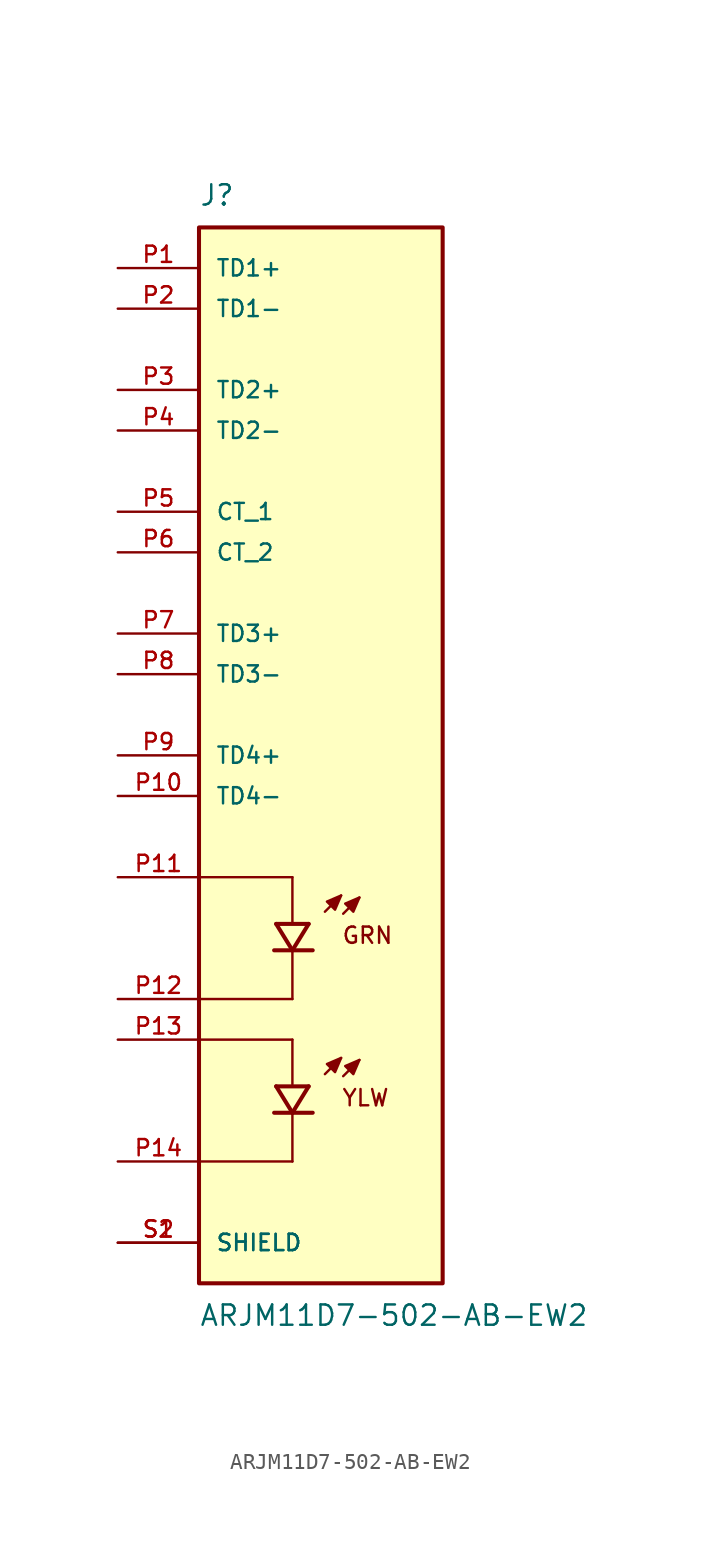
<source format=kicad_sym>
(kicad_symbol_lib
  (version 20231120)
  (generator "kicad_symbol_editor")
  (generator_version "8.0")
  (symbol "ARJM11D7-502-AB-EW2"
    (pin_names
      (offset 1.016))
    (property "Reference" "J"
      (at -7.62 34.29 0)
      (effects (font (size 1.27 1.27)) (justify left bottom)))
    (property "Value" "ARJM11D7-502-AB-EW2"
      (at -7.62 -34.29 0)
      (effects (font (size 1.27 1.27)) (justify left top)))
    (symbol "ARJM11D7-502-AB-EW2_0_0"
      (rectangle (start -7.62 -33.02) (end 7.62 33.02) (stroke (width 0.254) (type default)) (fill (type background)))
      (polyline (pts (xy -2.921 -22.352) (xy -1.778 -22.352)) (stroke (width 0.254) (type default)) (fill (type none)))
      (polyline (pts (xy -2.921 -12.192) (xy -1.778 -12.192)) (stroke (width 0.254) (type default)) (fill (type none)))
      (polyline (pts (xy -2.794 -20.701) (xy -1.778 -22.352)) (stroke (width 0.254) (type default)) (fill (type none)))
      (polyline (pts (xy -2.794 -20.701) (xy -0.762 -20.701)) (stroke (width 0.254) (type default)) (fill (type none)))
      (polyline (pts (xy -2.794 -10.541) (xy -1.778 -12.192)) (stroke (width 0.254) (type default)) (fill (type none)))
      (polyline (pts (xy -2.794 -10.541) (xy -0.762 -10.541)) (stroke (width 0.254) (type default)) (fill (type none)))
      (polyline (pts (xy -1.778 -25.4) (xy -7.62 -25.4)) (stroke (width 0.152) (type default)) (fill (type none)))
      (polyline (pts (xy -1.778 -22.479) (xy -1.778 -25.4)) (stroke (width 0.152) (type default)) (fill (type none)))
      (polyline (pts (xy -1.778 -22.352) (xy -0.762 -20.701)) (stroke (width 0.254) (type default)) (fill (type none)))
      (polyline (pts (xy -1.778 -22.352) (xy -0.508 -22.352)) (stroke (width 0.254) (type default)) (fill (type none)))
      (polyline (pts (xy -1.778 -17.78) (xy -7.62 -17.78)) (stroke (width 0.152) (type default)) (fill (type none)))
      (polyline (pts (xy -1.778 -17.78) (xy -1.778 -20.574)) (stroke (width 0.152) (type default)) (fill (type none)))
      (polyline (pts (xy -1.778 -15.24) (xy -7.62 -15.24)) (stroke (width 0.152) (type default)) (fill (type none)))
      (polyline (pts (xy -1.778 -12.319) (xy -1.778 -15.24)) (stroke (width 0.152) (type default)) (fill (type none)))
      (polyline (pts (xy -1.778 -12.192) (xy -0.762 -10.541)) (stroke (width 0.254) (type default)) (fill (type none)))
      (polyline (pts (xy -1.778 -12.192) (xy -0.508 -12.192)) (stroke (width 0.254) (type default)) (fill (type none)))
      (polyline (pts (xy -1.778 -7.62) (xy -7.62 -7.62)) (stroke (width 0.152) (type default)) (fill (type none)))
      (polyline (pts (xy -1.778 -7.62) (xy -1.778 -10.414)) (stroke (width 0.152) (type default)) (fill (type none)))
      (polyline (pts (xy 0.254 -19.939) (xy 1.27 -18.923)) (stroke (width 0.152) (type default)) (fill (type none)))
      (polyline (pts (xy 0.254 -9.779) (xy 1.27 -8.763)) (stroke (width 0.152) (type default)) (fill (type none)))
      (polyline (pts (xy 1.397 -20.066) (xy 2.413 -19.05)) (stroke (width 0.152) (type default)) (fill (type none)))
      (polyline (pts (xy 1.397 -9.906) (xy 2.413 -8.89)) (stroke (width 0.152) (type default)) (fill (type none)))
      (polyline (pts (xy 1.27 -18.923) (xy 0.381 -19.304) (xy 0.889 -19.812) (xy 1.27 -18.923)) (stroke (width 0.152) (type default)) (fill (type outline)))
      (polyline (pts (xy 1.27 -8.763) (xy 0.381 -9.144) (xy 0.889 -9.652) (xy 1.27 -8.763)) (stroke (width 0.152) (type default)) (fill (type outline)))
      (polyline (pts (xy 2.413 -19.05) (xy 1.524 -19.431) (xy 2.032 -19.939) (xy 2.413 -19.05)) (stroke (width 0.152) (type default)) (fill (type outline)))
      (polyline (pts (xy 2.413 -8.89) (xy 1.524 -9.271) (xy 2.032 -9.779) (xy 2.413 -8.89)) (stroke (width 0.152) (type default)) (fill (type outline)))
      (text "GRN" (at 1.27 -10.668 0) (effects (font (size 1.016 1.016)) (justify left top)))
      (text "YLW" (at 1.27 -20.828 0) (effects (font (size 1.016 1.016)) (justify left top)))
      (pin passive line (at -12.7 30.48 0) (length 5.08) (name "TD1+" (effects (font (size 1.016 1.016)))) (number "P1" (effects (font (size 1.016 1.016)))))
      (pin passive line (at -12.7 -2.54 0) (length 5.08) (name "TD4-" (effects (font (size 1.016 1.016)))) (number "P10" (effects (font (size 1.016 1.016)))))
      (pin passive line (at -12.7 -7.62 0) (length 5.08) (name "~" (effects (font (size 1.016 1.016)))) (number "P11" (effects (font (size 1.016 1.016)))))
      (pin passive line (at -12.7 -15.24 0) (length 5.08) (name "~" (effects (font (size 1.016 1.016)))) (number "P12" (effects (font (size 1.016 1.016)))))
      (pin passive line (at -12.7 -17.78 0) (length 5.08) (name "~" (effects (font (size 1.016 1.016)))) (number "P13" (effects (font (size 1.016 1.016)))))
      (pin passive line (at -12.7 -25.4 0) (length 5.08) (name "~" (effects (font (size 1.016 1.016)))) (number "P14" (effects (font (size 1.016 1.016)))))
      (pin passive line (at -12.7 27.94 0) (length 5.08) (name "TD1-" (effects (font (size 1.016 1.016)))) (number "P2" (effects (font (size 1.016 1.016)))))
      (pin passive line (at -12.7 22.86 0) (length 5.08) (name "TD2+" (effects (font (size 1.016 1.016)))) (number "P3" (effects (font (size 1.016 1.016)))))
      (pin passive line (at -12.7 20.32 0) (length 5.08) (name "TD2-" (effects (font (size 1.016 1.016)))) (number "P4" (effects (font (size 1.016 1.016)))))
      (pin passive line (at -12.7 15.24 0) (length 5.08) (name "CT_1" (effects (font (size 1.016 1.016)))) (number "P5" (effects (font (size 1.016 1.016)))))
      (pin passive line (at -12.7 12.7 0) (length 5.08) (name "CT_2" (effects (font (size 1.016 1.016)))) (number "P6" (effects (font (size 1.016 1.016)))))
      (pin passive line (at -12.7 7.62 0) (length 5.08) (name "TD3+" (effects (font (size 1.016 1.016)))) (number "P7" (effects (font (size 1.016 1.016)))))
      (pin passive line (at -12.7 5.08 0) (length 5.08) (name "TD3-" (effects (font (size 1.016 1.016)))) (number "P8" (effects (font (size 1.016 1.016)))))
      (pin passive line (at -12.7 0 0) (length 5.08) (name "TD4+" (effects (font (size 1.016 1.016)))) (number "P9" (effects (font (size 1.016 1.016)))))
      (pin passive line (at -12.7 -30.48 0) (length 5.08) (name "SHIELD" (effects (font (size 1.016 1.016)))) (number "S1" (effects (font (size 1.016 1.016)))))
      (pin passive line (at -12.7 -30.48 0) (length 5.08) (name "SHIELD" (effects (font (size 1.016 1.016)))) (number "S2" (effects (font (size 1.016 1.016))))))))
</source>
